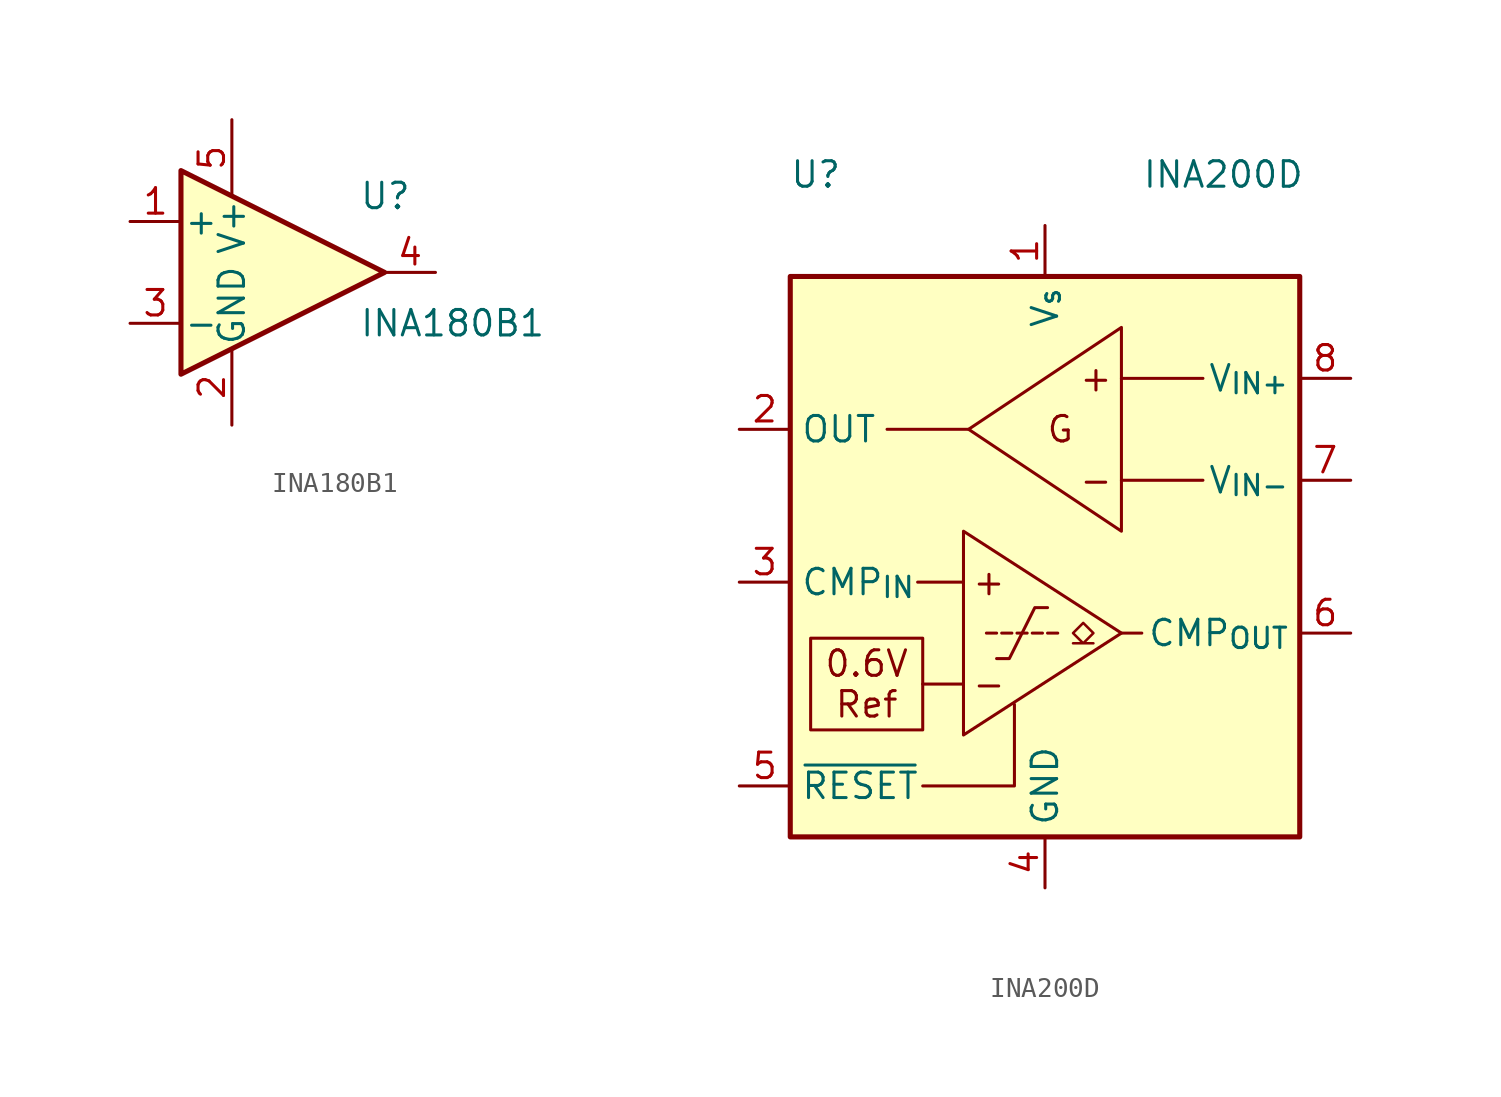
<source format=kicad_sym>
(kicad_symbol_lib
  (version 20220914)
  (generator kicad_symbol_editor)
  (symbol "INA180B1"
    (pin_names
      (offset 0.127))
    (property "Reference" "U"
      (at 3.81 3.81 0)
      (effects (font (size 1.27 1.27)) (justify left)))
    (property "Value" "INA180B1"
      (at 3.81 -2.54 0)
      (effects (font (size 1.27 1.27)) (justify left)))
    (symbol "INA180B1_0_1"
      (polyline (pts (xy 5.08 0) (xy -5.08 5.08) (xy -5.08 -5.08) (xy 5.08 0)) (stroke (width 0.254) (type default)) (fill (type background))))
    (symbol "INA180B1_1_1"
      (pin input line (at -7.62 2.54 0) (length 2.54) (name "+" (effects (font (size 1.27 1.27)))) (number "1" (effects (font (size 1.27 1.27)))))
      (pin power_in line (at -2.54 -7.62 90) (length 3.81) (name "GND" (effects (font (size 1.27 1.27)))) (number "2" (effects (font (size 1.27 1.27)))))
      (pin input line (at -7.62 -2.54 0) (length 2.54) (name "-" (effects (font (size 1.27 1.27)))) (number "3" (effects (font (size 1.27 1.27)))))
      (pin output line (at 7.62 0 180) (length 2.54) (name "~" (effects (font (size 1.27 1.27)))) (number "4" (effects (font (size 1.27 1.27)))))
      (pin power_in line (at -2.54 7.62 270) (length 3.81) (name "V+" (effects (font (size 1.27 1.27)))) (number "5" (effects (font (size 1.27 1.27)))))))
  (symbol "INA200D"
    (property "Reference" "U"
      (at -11.43 17.78 0)
      (effects (font (size 1.27 1.27))))
    (property "Value" "INA200D"
      (at 8.89 17.78 0)
      (effects (font (size 1.27 1.27))))
    (symbol "INA200D_0_0"
      (rectangle (start -11.684 -9.906) (end -6.096 -5.334) (stroke (width 0.152) (type default)) (fill (type none)))
      (polyline (pts (xy -7.874 5.08) (xy -3.81 5.08)) (stroke (width 0.152) (type default)) (fill (type none)))
      (polyline (pts (xy -6.35 -2.54) (xy -4.064 -2.54)) (stroke (width 0.152) (type default)) (fill (type none)))
      (polyline (pts (xy -6.096 -7.62) (xy -4.064 -7.62)) (stroke (width 0.152) (type default)) (fill (type none)))
      (polyline (pts (xy 3.81 -5.08) (xy 4.826 -5.08)) (stroke (width 0.152) (type default)) (fill (type none)))
      (polyline (pts (xy -6.096 -12.7) (xy -1.524 -12.7) (xy -1.524 -8.636)) (stroke (width 0.152) (type default)) (fill (type none)))
      (polyline (pts (xy -4.064 0) (xy -4.064 -10.16) (xy 3.81 -5.08) (xy -4.064 0)) (stroke (width 0.152) (type default)) (fill (type background)))
      (polyline (pts (xy 3.81 10.16) (xy 3.81 0) (xy -3.81 5.08) (xy 3.81 10.16)) (stroke (width 0.152) (type default)) (fill (type background)))
      (text "+" (at -2.794 -2.54 0) (effects (font (size 1.27 1.27))))
      (text "+" (at 2.54 7.62 0) (effects (font (size 1.27 1.27))))
      (text "-" (at -2.794 -7.62 0) (effects (font (size 1.27 1.27))))
      (text "-" (at 2.54 2.54 0) (effects (font (size 1.27 1.27))))
      (text "G" (at 0.762 5.08 0) (effects (font (size 1.27 1.27))))
      (text "Ref" (at -8.89 -8.636 0) (effects (font (size 1.27 1.27)))))
    (symbol "INA200D_0_1"
      (rectangle (start -12.7 12.7) (end 12.7 -15.24) (stroke (width 0.254) (type default)) (fill (type background)))
      (polyline (pts (xy -2.413 -5.08) (xy -2.921 -5.08)) (stroke (width 0) (type default)) (fill (type none)))
      (polyline (pts (xy -1.651 -5.08) (xy -2.159 -5.08)) (stroke (width 0) (type default)) (fill (type none)))
      (polyline (pts (xy -1.397 -5.08) (xy -0.889 -5.08)) (stroke (width 0) (type default)) (fill (type none)))
      (polyline (pts (xy -0.635 -5.08) (xy -0.127 -5.08)) (stroke (width 0) (type default)) (fill (type none)))
      (polyline (pts (xy 0.127 -5.08) (xy 0.635 -5.08)) (stroke (width 0) (type default)) (fill (type none)))
      (polyline (pts (xy 3.81 2.54) (xy 7.874 2.54)) (stroke (width 0.152) (type default)) (fill (type none)))
      (polyline (pts (xy 7.874 7.62) (xy 3.81 7.62)) (stroke (width 0.152) (type default)) (fill (type none)))
      (polyline (pts (xy -2.413 -6.35) (xy -1.778 -6.35) (xy -0.508 -3.81) (xy 0.127 -3.81)) (stroke (width 0) (type default)) (fill (type none)))
      (polyline (pts (xy 1.397 -5.588) (xy 1.905 -5.588) (xy 1.397 -5.08) (xy 1.905 -4.572) (xy 2.413 -5.08) (xy 1.905 -5.588) (xy 2.413 -5.588)) (stroke (width 0.127) (type default)) (fill (type none))))
    (symbol "INA200D_1_0"
      (text "0.6V" (at -8.89 -6.604 0) (effects (font (size 1.27 1.27)))))
    (symbol "INA200D_1_1"
      (pin power_in line (at 0 15.24 270) (length 2.54) (name "V_{s}" (effects (font (size 1.27 1.27)))) (number "1" (effects (font (size 1.27 1.27)))))
      (pin output line (at -15.24 5.08 0) (length 2.54) (name "OUT" (effects (font (size 1.27 1.27)))) (number "2" (effects (font (size 1.27 1.27)))))
      (pin input line (at -15.24 -2.54 0) (length 2.54) (name "CMP_{IN}" (effects (font (size 1.27 1.27)))) (number "3" (effects (font (size 1.27 1.27)))))
      (pin power_in line (at 0 -17.78 90) (length 2.54) (name "GND" (effects (font (size 1.27 1.27)))) (number "4" (effects (font (size 1.27 1.27)))))
      (pin input line (at -15.24 -12.7 0) (length 2.54) (name "~{RESET}" (effects (font (size 1.27 1.27)))) (number "5" (effects (font (size 1.27 1.27)))))
      (pin open_collector line (at 15.24 -5.08 180) (length 2.54) (name "CMP_{OUT}" (effects (font (size 1.27 1.27)))) (number "6" (effects (font (size 1.27 1.27)))))
      (pin input line (at 15.24 2.54 180) (length 2.54) (name "V_{IN-}" (effects (font (size 1.27 1.27)))) (number "7" (effects (font (size 1.27 1.27)))))
      (pin input line (at 15.24 7.62 180) (length 2.54) (name "V_{IN+}" (effects (font (size 1.27 1.27)))) (number "8" (effects (font (size 1.27 1.27))))))))
</source>
